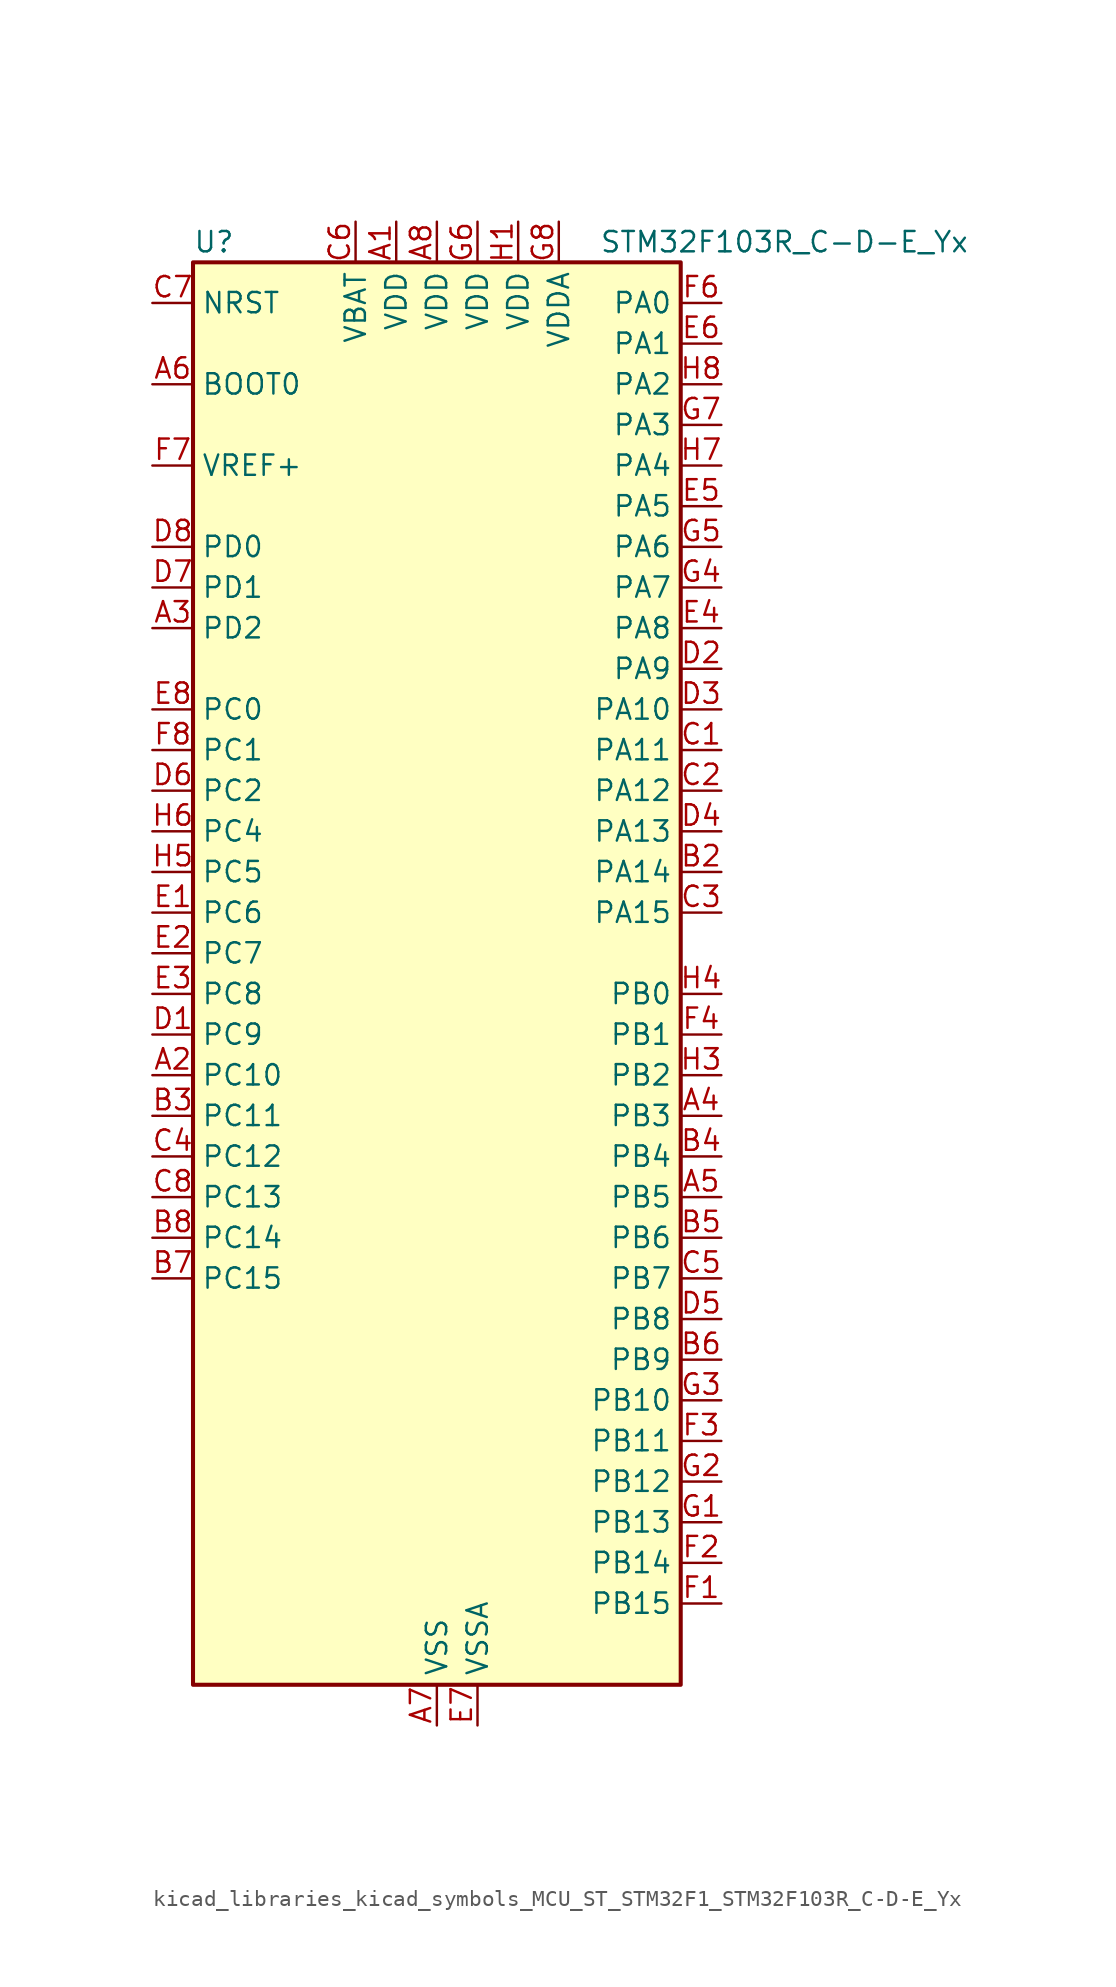
<source format=kicad_sym>
(kicad_symbol_lib
  (version 20220914)
  (generator kicad_symbol_editor)
  (symbol "kicad_libraries_kicad_symbols_MCU_ST_STM32F1_STM32F103R_C-D-E_Yx"
    (property "Reference" "U"
      (at -15.24 46.99 0)
      (effects (font (size 1.27 1.27)) (justify left)))
    (property "Value" "STM32F103R_C-D-E_Yx"
      (at 10.16 46.99 0)
      (effects (font (size 1.27 1.27)) (justify left)))
    (property "ki_locked" ""
      (at 0 0 0)
      (effects (font (size 1.27 1.27))))
    (symbol "kicad_libraries_kicad_symbols_MCU_ST_STM32F1_STM32F103R_C-D-E_Yx_0_1"
      (rectangle (start -15.24 -43.18) (end 15.24 45.72) (stroke (width 0.254) (type default)) (fill (type background))))
    (symbol "kicad_libraries_kicad_symbols_MCU_ST_STM32F1_STM32F103R_C-D-E_Yx_1_1"
      (pin power_in line (at -2.54 48.26 270) (length 2.54) (name "VDD" (effects (font (size 1.27 1.27)))) (number "A1" (effects (font (size 1.27 1.27)))))
      (pin bidirectional line (at -17.78 -5.08 0) (length 2.54) (name "PC10" (effects (font (size 1.27 1.27)))) (number "A2" (effects (font (size 1.27 1.27)))) (alternate "SDIO_D2" bidirectional line) (alternate "UART4_TX" bidirectional line) (alternate "USART3_TX" bidirectional line))
      (pin bidirectional line (at -17.78 22.86 0) (length 2.54) (name "PD2" (effects (font (size 1.27 1.27)))) (number "A3" (effects (font (size 1.27 1.27)))) (alternate "SDIO_CMD" bidirectional line) (alternate "TIM3_ETR" bidirectional line) (alternate "UART5_RX" bidirectional line))
      (pin bidirectional line (at 17.78 -7.62 180) (length 2.54) (name "PB3" (effects (font (size 1.27 1.27)))) (number "A4" (effects (font (size 1.27 1.27)))) (alternate "I2S3_CK" bidirectional line) (alternate "SPI1_SCK" bidirectional line) (alternate "SPI3_SCK" bidirectional line) (alternate "SYS_JTDO-TRACESWO" bidirectional line) (alternate "TIM2_CH2" bidirectional line))
      (pin bidirectional line (at 17.78 -12.7 180) (length 2.54) (name "PB5" (effects (font (size 1.27 1.27)))) (number "A5" (effects (font (size 1.27 1.27)))) (alternate "I2C1_SMBA" bidirectional line) (alternate "I2S3_SD" bidirectional line) (alternate "SPI1_MOSI" bidirectional line) (alternate "SPI3_MOSI" bidirectional line) (alternate "TIM3_CH2" bidirectional line))
      (pin input line (at -17.78 38.1 0) (length 2.54) (name "BOOT0" (effects (font (size 1.27 1.27)))) (number "A6" (effects (font (size 1.27 1.27)))))
      (pin power_in line (at 0 -45.72 90) (length 2.54) (name "VSS" (effects (font (size 1.27 1.27)))) (number "A7" (effects (font (size 1.27 1.27)))))
      (pin power_in line (at 0 48.26 270) (length 2.54) (name "VDD" (effects (font (size 1.27 1.27)))) (number "A8" (effects (font (size 1.27 1.27)))))
      (pin passive line (at 0 -45.72 90) (length 2.54) hide (name "VSS" (effects (font (size 1.27 1.27)))) (number "B1" (effects (font (size 1.27 1.27)))))
      (pin bidirectional line (at 17.78 7.62 180) (length 2.54) (name "PA14" (effects (font (size 1.27 1.27)))) (number "B2" (effects (font (size 1.27 1.27)))) (alternate "SYS_JTCK-SWCLK" bidirectional line))
      (pin bidirectional line (at -17.78 -7.62 0) (length 2.54) (name "PC11" (effects (font (size 1.27 1.27)))) (number "B3" (effects (font (size 1.27 1.27)))) (alternate "ADC1_EXTI11" bidirectional line) (alternate "ADC2_EXTI11" bidirectional line) (alternate "SDIO_D3" bidirectional line) (alternate "UART4_RX" bidirectional line) (alternate "USART3_RX" bidirectional line))
      (pin bidirectional line (at 17.78 -10.16 180) (length 2.54) (name "PB4" (effects (font (size 1.27 1.27)))) (number "B4" (effects (font (size 1.27 1.27)))) (alternate "SPI1_MISO" bidirectional line) (alternate "SPI3_MISO" bidirectional line) (alternate "SYS_NJTRST" bidirectional line) (alternate "TIM3_CH1" bidirectional line))
      (pin bidirectional line (at 17.78 -15.24 180) (length 2.54) (name "PB6" (effects (font (size 1.27 1.27)))) (number "B5" (effects (font (size 1.27 1.27)))) (alternate "I2C1_SCL" bidirectional line) (alternate "TIM4_CH1" bidirectional line) (alternate "USART1_TX" bidirectional line))
      (pin bidirectional line (at 17.78 -22.86 180) (length 2.54) (name "PB9" (effects (font (size 1.27 1.27)))) (number "B6" (effects (font (size 1.27 1.27)))) (alternate "CAN_TX" bidirectional line) (alternate "DAC_EXTI9" bidirectional line) (alternate "I2C1_SDA" bidirectional line) (alternate "SDIO_D5" bidirectional line) (alternate "TIM4_CH4" bidirectional line))
      (pin bidirectional line (at -17.78 -17.78 0) (length 2.54) (name "PC15" (effects (font (size 1.27 1.27)))) (number "B7" (effects (font (size 1.27 1.27)))) (alternate "ADC1_EXTI15" bidirectional line) (alternate "ADC2_EXTI15" bidirectional line) (alternate "RCC_OSC32_OUT" bidirectional line))
      (pin bidirectional line (at -17.78 -15.24 0) (length 2.54) (name "PC14" (effects (font (size 1.27 1.27)))) (number "B8" (effects (font (size 1.27 1.27)))) (alternate "RCC_OSC32_IN" bidirectional line))
      (pin bidirectional line (at 17.78 15.24 180) (length 2.54) (name "PA11" (effects (font (size 1.27 1.27)))) (number "C1" (effects (font (size 1.27 1.27)))) (alternate "ADC1_EXTI11" bidirectional line) (alternate "ADC2_EXTI11" bidirectional line) (alternate "CAN_RX" bidirectional line) (alternate "TIM1_CH4" bidirectional line) (alternate "USART1_CTS" bidirectional line) (alternate "USB_DM" bidirectional line))
      (pin bidirectional line (at 17.78 12.7 180) (length 2.54) (name "PA12" (effects (font (size 1.27 1.27)))) (number "C2" (effects (font (size 1.27 1.27)))) (alternate "CAN_TX" bidirectional line) (alternate "TIM1_ETR" bidirectional line) (alternate "USART1_RTS" bidirectional line) (alternate "USB_DP" bidirectional line))
      (pin bidirectional line (at 17.78 5.08 180) (length 2.54) (name "PA15" (effects (font (size 1.27 1.27)))) (number "C3" (effects (font (size 1.27 1.27)))) (alternate "ADC1_EXTI15" bidirectional line) (alternate "ADC2_EXTI15" bidirectional line) (alternate "I2S3_WS" bidirectional line) (alternate "SPI1_NSS" bidirectional line) (alternate "SPI3_NSS" bidirectional line) (alternate "SYS_JTDI" bidirectional line) (alternate "TIM2_CH1" bidirectional line) (alternate "TIM2_ETR" bidirectional line))
      (pin bidirectional line (at -17.78 -10.16 0) (length 2.54) (name "PC12" (effects (font (size 1.27 1.27)))) (number "C4" (effects (font (size 1.27 1.27)))) (alternate "SDIO_CK" bidirectional line) (alternate "UART5_TX" bidirectional line) (alternate "USART3_CK" bidirectional line))
      (pin bidirectional line (at 17.78 -17.78 180) (length 2.54) (name "PB7" (effects (font (size 1.27 1.27)))) (number "C5" (effects (font (size 1.27 1.27)))) (alternate "I2C1_SDA" bidirectional line) (alternate "TIM4_CH2" bidirectional line) (alternate "USART1_RX" bidirectional line))
      (pin power_in line (at -5.08 48.26 270) (length 2.54) (name "VBAT" (effects (font (size 1.27 1.27)))) (number "C6" (effects (font (size 1.27 1.27)))))
      (pin input line (at -17.78 43.18 0) (length 2.54) (name "NRST" (effects (font (size 1.27 1.27)))) (number "C7" (effects (font (size 1.27 1.27)))))
      (pin bidirectional line (at -17.78 -12.7 0) (length 2.54) (name "PC13" (effects (font (size 1.27 1.27)))) (number "C8" (effects (font (size 1.27 1.27)))) (alternate "RTC_OUT" bidirectional line) (alternate "RTC_TAMPER" bidirectional line))
      (pin bidirectional line (at -17.78 -2.54 0) (length 2.54) (name "PC9" (effects (font (size 1.27 1.27)))) (number "D1" (effects (font (size 1.27 1.27)))) (alternate "DAC_EXTI9" bidirectional line) (alternate "SDIO_D1" bidirectional line) (alternate "TIM3_CH4" bidirectional line) (alternate "TIM8_CH4" bidirectional line))
      (pin bidirectional line (at 17.78 20.32 180) (length 2.54) (name "PA9" (effects (font (size 1.27 1.27)))) (number "D2" (effects (font (size 1.27 1.27)))) (alternate "DAC_EXTI9" bidirectional line) (alternate "TIM1_CH2" bidirectional line) (alternate "USART1_TX" bidirectional line))
      (pin bidirectional line (at 17.78 17.78 180) (length 2.54) (name "PA10" (effects (font (size 1.27 1.27)))) (number "D3" (effects (font (size 1.27 1.27)))) (alternate "TIM1_CH3" bidirectional line) (alternate "USART1_RX" bidirectional line))
      (pin bidirectional line (at 17.78 10.16 180) (length 2.54) (name "PA13" (effects (font (size 1.27 1.27)))) (number "D4" (effects (font (size 1.27 1.27)))) (alternate "SYS_JTMS-SWDIO" bidirectional line))
      (pin bidirectional line (at 17.78 -20.32 180) (length 2.54) (name "PB8" (effects (font (size 1.27 1.27)))) (number "D5" (effects (font (size 1.27 1.27)))) (alternate "CAN_RX" bidirectional line) (alternate "I2C1_SCL" bidirectional line) (alternate "SDIO_D4" bidirectional line) (alternate "TIM4_CH3" bidirectional line))
      (pin bidirectional line (at -17.78 12.7 0) (length 2.54) (name "PC2" (effects (font (size 1.27 1.27)))) (number "D6" (effects (font (size 1.27 1.27)))) (alternate "ADC1_IN12" bidirectional line) (alternate "ADC2_IN12" bidirectional line) (alternate "ADC3_IN12" bidirectional line))
      (pin bidirectional line (at -17.78 25.4 0) (length 2.54) (name "PD1" (effects (font (size 1.27 1.27)))) (number "D7" (effects (font (size 1.27 1.27)))) (alternate "RCC_OSC_OUT" bidirectional line))
      (pin bidirectional line (at -17.78 27.94 0) (length 2.54) (name "PD0" (effects (font (size 1.27 1.27)))) (number "D8" (effects (font (size 1.27 1.27)))) (alternate "RCC_OSC_IN" bidirectional line))
      (pin bidirectional line (at -17.78 5.08 0) (length 2.54) (name "PC6" (effects (font (size 1.27 1.27)))) (number "E1" (effects (font (size 1.27 1.27)))) (alternate "I2S2_MCK" bidirectional line) (alternate "SDIO_D6" bidirectional line) (alternate "TIM3_CH1" bidirectional line) (alternate "TIM8_CH1" bidirectional line))
      (pin bidirectional line (at -17.78 2.54 0) (length 2.54) (name "PC7" (effects (font (size 1.27 1.27)))) (number "E2" (effects (font (size 1.27 1.27)))) (alternate "I2S3_MCK" bidirectional line) (alternate "SDIO_D7" bidirectional line) (alternate "TIM3_CH2" bidirectional line) (alternate "TIM8_CH2" bidirectional line))
      (pin bidirectional line (at -17.78 0 0) (length 2.54) (name "PC8" (effects (font (size 1.27 1.27)))) (number "E3" (effects (font (size 1.27 1.27)))) (alternate "SDIO_D0" bidirectional line) (alternate "TIM3_CH3" bidirectional line) (alternate "TIM8_CH3" bidirectional line))
      (pin bidirectional line (at 17.78 22.86 180) (length 2.54) (name "PA8" (effects (font (size 1.27 1.27)))) (number "E4" (effects (font (size 1.27 1.27)))) (alternate "RCC_MCO" bidirectional line) (alternate "TIM1_CH1" bidirectional line) (alternate "USART1_CK" bidirectional line))
      (pin bidirectional line (at 17.78 30.48 180) (length 2.54) (name "PA5" (effects (font (size 1.27 1.27)))) (number "E5" (effects (font (size 1.27 1.27)))) (alternate "ADC1_IN5" bidirectional line) (alternate "ADC2_IN5" bidirectional line) (alternate "DAC_OUT2" bidirectional line) (alternate "SPI1_SCK" bidirectional line))
      (pin bidirectional line (at 17.78 40.64 180) (length 2.54) (name "PA1" (effects (font (size 1.27 1.27)))) (number "E6" (effects (font (size 1.27 1.27)))) (alternate "ADC1_IN1" bidirectional line) (alternate "ADC2_IN1" bidirectional line) (alternate "ADC3_IN1" bidirectional line) (alternate "TIM2_CH2" bidirectional line) (alternate "TIM5_CH2" bidirectional line) (alternate "USART2_RTS" bidirectional line))
      (pin power_in line (at 2.54 -45.72 90) (length 2.54) (name "VSSA" (effects (font (size 1.27 1.27)))) (number "E7" (effects (font (size 1.27 1.27)))))
      (pin bidirectional line (at -17.78 17.78 0) (length 2.54) (name "PC0" (effects (font (size 1.27 1.27)))) (number "E8" (effects (font (size 1.27 1.27)))) (alternate "ADC1_IN10" bidirectional line) (alternate "ADC2_IN10" bidirectional line) (alternate "ADC3_IN10" bidirectional line))
      (pin bidirectional line (at 17.78 -38.1 180) (length 2.54) (name "PB15" (effects (font (size 1.27 1.27)))) (number "F1" (effects (font (size 1.27 1.27)))) (alternate "ADC1_EXTI15" bidirectional line) (alternate "ADC2_EXTI15" bidirectional line) (alternate "I2S2_SD" bidirectional line) (alternate "SPI2_MOSI" bidirectional line) (alternate "TIM1_CH3N" bidirectional line))
      (pin bidirectional line (at 17.78 -35.56 180) (length 2.54) (name "PB14" (effects (font (size 1.27 1.27)))) (number "F2" (effects (font (size 1.27 1.27)))) (alternate "SPI2_MISO" bidirectional line) (alternate "TIM1_CH2N" bidirectional line) (alternate "USART3_RTS" bidirectional line))
      (pin bidirectional line (at 17.78 -27.94 180) (length 2.54) (name "PB11" (effects (font (size 1.27 1.27)))) (number "F3" (effects (font (size 1.27 1.27)))) (alternate "ADC1_EXTI11" bidirectional line) (alternate "ADC2_EXTI11" bidirectional line) (alternate "I2C2_SDA" bidirectional line) (alternate "TIM2_CH4" bidirectional line) (alternate "USART3_RX" bidirectional line))
      (pin bidirectional line (at 17.78 -2.54 180) (length 2.54) (name "PB1" (effects (font (size 1.27 1.27)))) (number "F4" (effects (font (size 1.27 1.27)))) (alternate "ADC1_IN9" bidirectional line) (alternate "ADC2_IN9" bidirectional line) (alternate "TIM1_CH3N" bidirectional line) (alternate "TIM3_CH4" bidirectional line) (alternate "TIM8_CH3N" bidirectional line))
      (pin passive line (at 0 -45.72 90) (length 2.54) hide (name "VSS" (effects (font (size 1.27 1.27)))) (number "F5" (effects (font (size 1.27 1.27)))))
      (pin bidirectional line (at 17.78 43.18 180) (length 2.54) (name "PA0" (effects (font (size 1.27 1.27)))) (number "F6" (effects (font (size 1.27 1.27)))) (alternate "ADC1_IN0" bidirectional line) (alternate "ADC2_IN0" bidirectional line) (alternate "ADC3_IN0" bidirectional line) (alternate "SYS_WKUP" bidirectional line) (alternate "TIM2_CH1" bidirectional line) (alternate "TIM2_ETR" bidirectional line) (alternate "TIM5_CH1" bidirectional line) (alternate "TIM8_ETR" bidirectional line) (alternate "USART2_CTS" bidirectional line))
      (pin input line (at -17.78 33.02 0) (length 2.54) (name "VREF+" (effects (font (size 1.27 1.27)))) (number "F7" (effects (font (size 1.27 1.27)))))
      (pin bidirectional line (at -17.78 15.24 0) (length 2.54) (name "PC1" (effects (font (size 1.27 1.27)))) (number "F8" (effects (font (size 1.27 1.27)))) (alternate "ADC1_IN11" bidirectional line) (alternate "ADC2_IN11" bidirectional line) (alternate "ADC3_IN11" bidirectional line))
      (pin bidirectional line (at 17.78 -33.02 180) (length 2.54) (name "PB13" (effects (font (size 1.27 1.27)))) (number "G1" (effects (font (size 1.27 1.27)))) (alternate "I2S2_CK" bidirectional line) (alternate "SPI2_SCK" bidirectional line) (alternate "TIM1_CH1N" bidirectional line) (alternate "USART3_CTS" bidirectional line))
      (pin bidirectional line (at 17.78 -30.48 180) (length 2.54) (name "PB12" (effects (font (size 1.27 1.27)))) (number "G2" (effects (font (size 1.27 1.27)))) (alternate "I2C2_SMBA" bidirectional line) (alternate "I2S2_WS" bidirectional line) (alternate "SPI2_NSS" bidirectional line) (alternate "TIM1_BKIN" bidirectional line) (alternate "USART3_CK" bidirectional line))
      (pin bidirectional line (at 17.78 -25.4 180) (length 2.54) (name "PB10" (effects (font (size 1.27 1.27)))) (number "G3" (effects (font (size 1.27 1.27)))) (alternate "I2C2_SCL" bidirectional line) (alternate "TIM2_CH3" bidirectional line) (alternate "USART3_TX" bidirectional line))
      (pin bidirectional line (at 17.78 25.4 180) (length 2.54) (name "PA7" (effects (font (size 1.27 1.27)))) (number "G4" (effects (font (size 1.27 1.27)))) (alternate "ADC1_IN7" bidirectional line) (alternate "ADC2_IN7" bidirectional line) (alternate "SPI1_MOSI" bidirectional line) (alternate "TIM1_CH1N" bidirectional line) (alternate "TIM3_CH2" bidirectional line) (alternate "TIM8_CH1N" bidirectional line))
      (pin bidirectional line (at 17.78 27.94 180) (length 2.54) (name "PA6" (effects (font (size 1.27 1.27)))) (number "G5" (effects (font (size 1.27 1.27)))) (alternate "ADC1_IN6" bidirectional line) (alternate "ADC2_IN6" bidirectional line) (alternate "SPI1_MISO" bidirectional line) (alternate "TIM1_BKIN" bidirectional line) (alternate "TIM3_CH1" bidirectional line) (alternate "TIM8_BKIN" bidirectional line))
      (pin power_in line (at 2.54 48.26 270) (length 2.54) (name "VDD" (effects (font (size 1.27 1.27)))) (number "G6" (effects (font (size 1.27 1.27)))))
      (pin bidirectional line (at 17.78 35.56 180) (length 2.54) (name "PA3" (effects (font (size 1.27 1.27)))) (number "G7" (effects (font (size 1.27 1.27)))) (alternate "ADC1_IN3" bidirectional line) (alternate "ADC2_IN3" bidirectional line) (alternate "ADC3_IN3" bidirectional line) (alternate "TIM2_CH4" bidirectional line) (alternate "TIM5_CH4" bidirectional line) (alternate "USART2_RX" bidirectional line))
      (pin power_in line (at 7.62 48.26 270) (length 2.54) (name "VDDA" (effects (font (size 1.27 1.27)))) (number "G8" (effects (font (size 1.27 1.27)))))
      (pin power_in line (at 5.08 48.26 270) (length 2.54) (name "VDD" (effects (font (size 1.27 1.27)))) (number "H1" (effects (font (size 1.27 1.27)))))
      (pin passive line (at 0 -45.72 90) (length 2.54) hide (name "VSS" (effects (font (size 1.27 1.27)))) (number "H2" (effects (font (size 1.27 1.27)))))
      (pin bidirectional line (at 17.78 -5.08 180) (length 2.54) (name "PB2" (effects (font (size 1.27 1.27)))) (number "H3" (effects (font (size 1.27 1.27)))))
      (pin bidirectional line (at 17.78 0 180) (length 2.54) (name "PB0" (effects (font (size 1.27 1.27)))) (number "H4" (effects (font (size 1.27 1.27)))) (alternate "ADC1_IN8" bidirectional line) (alternate "ADC2_IN8" bidirectional line) (alternate "TIM1_CH2N" bidirectional line) (alternate "TIM3_CH3" bidirectional line) (alternate "TIM8_CH2N" bidirectional line))
      (pin bidirectional line (at -17.78 7.62 0) (length 2.54) (name "PC5" (effects (font (size 1.27 1.27)))) (number "H5" (effects (font (size 1.27 1.27)))) (alternate "ADC1_IN15" bidirectional line) (alternate "ADC2_IN15" bidirectional line))
      (pin bidirectional line (at -17.78 10.16 0) (length 2.54) (name "PC4" (effects (font (size 1.27 1.27)))) (number "H6" (effects (font (size 1.27 1.27)))) (alternate "ADC1_IN14" bidirectional line) (alternate "ADC2_IN14" bidirectional line))
      (pin bidirectional line (at 17.78 33.02 180) (length 2.54) (name "PA4" (effects (font (size 1.27 1.27)))) (number "H7" (effects (font (size 1.27 1.27)))) (alternate "ADC1_IN4" bidirectional line) (alternate "ADC2_IN4" bidirectional line) (alternate "DAC_OUT1" bidirectional line) (alternate "SPI1_NSS" bidirectional line) (alternate "USART2_CK" bidirectional line))
      (pin bidirectional line (at 17.78 38.1 180) (length 2.54) (name "PA2" (effects (font (size 1.27 1.27)))) (number "H8" (effects (font (size 1.27 1.27)))) (alternate "ADC1_IN2" bidirectional line) (alternate "ADC2_IN2" bidirectional line) (alternate "ADC3_IN2" bidirectional line) (alternate "TIM2_CH3" bidirectional line) (alternate "TIM5_CH3" bidirectional line) (alternate "USART2_TX" bidirectional line)))))
</source>
